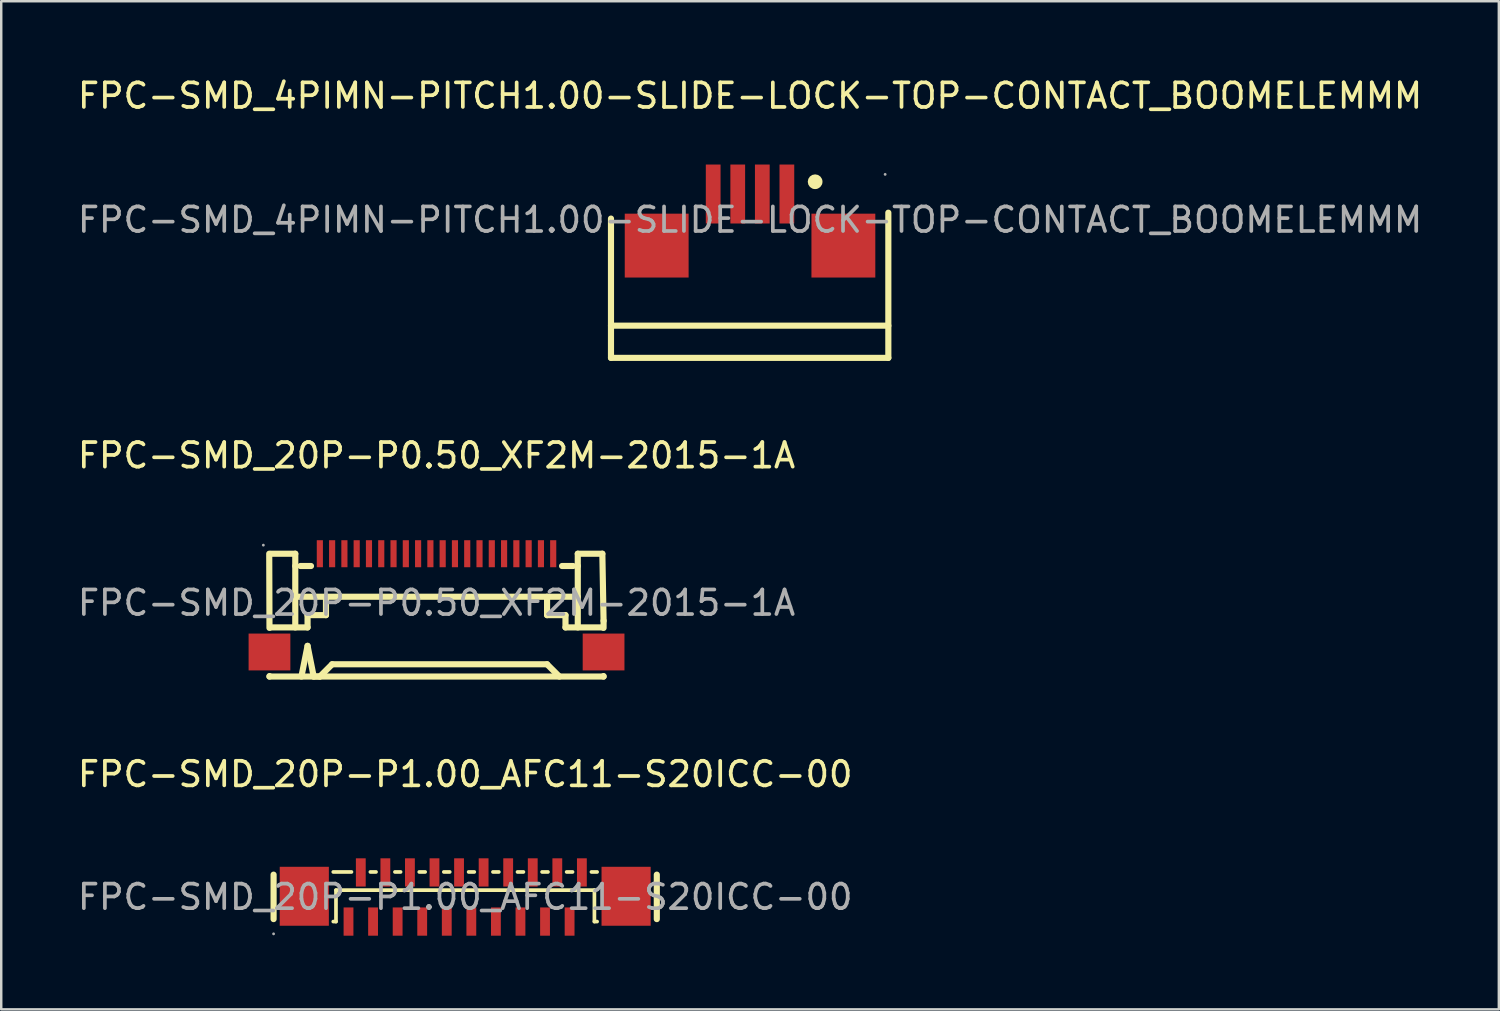
<source format=kicad_pcb>
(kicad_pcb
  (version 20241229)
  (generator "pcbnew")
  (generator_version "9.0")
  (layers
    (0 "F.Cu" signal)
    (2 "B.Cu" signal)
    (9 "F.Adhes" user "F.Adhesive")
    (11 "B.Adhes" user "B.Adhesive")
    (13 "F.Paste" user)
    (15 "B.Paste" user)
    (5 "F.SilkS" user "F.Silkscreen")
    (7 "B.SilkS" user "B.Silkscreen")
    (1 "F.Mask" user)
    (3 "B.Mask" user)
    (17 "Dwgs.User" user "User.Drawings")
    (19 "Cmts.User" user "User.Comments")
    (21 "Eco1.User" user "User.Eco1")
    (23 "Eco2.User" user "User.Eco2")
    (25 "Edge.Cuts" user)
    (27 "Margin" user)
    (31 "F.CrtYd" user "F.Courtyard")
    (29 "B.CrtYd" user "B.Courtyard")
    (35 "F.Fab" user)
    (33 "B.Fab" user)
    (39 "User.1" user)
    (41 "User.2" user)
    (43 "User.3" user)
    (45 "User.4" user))
  (footprint "FPC-SMD_4PIMN-PITCH1.00-SLIDE-LOCK-TOP-CONTACT_BOOMELEMMM"
    (layer "F.Cu")
    (at 27.482 5.898)
    (property "Reference" "FPC-SMD_4PIMN-PITCH1.00-SLIDE-LOCK-TOP-CONTACT_BOOMELEMMM" (at 0 -5.05 0) (layer "F.SilkS") (effects (font (size 1 1) (thickness 0.15))))
    (attr through_hole)
    (fp_line (start -5.66 -0.05) (end -5.66 5.62) (stroke (width 0.25) (type solid)) (layer "F.SilkS"))
    (fp_line (start -5.66 4.31) (end 5.63 4.31) (stroke (width 0.25) (type solid)) (layer "F.SilkS"))
    (fp_line (start -5.66 5.62) (end 5.63 5.62) (stroke (width 0.25) (type solid)) (layer "F.SilkS"))
    (fp_line (start 5.63 5.62) (end 5.63 -0.29) (stroke (width 0.25) (type solid)) (layer "F.SilkS"))
    (fp_arc (start 2.65 -1.55) (mid 2.65 -1.55) (end 2.65 -1.55) (stroke (width 0.3) (type solid)) (layer "F.SilkS"))
    (fp_circle (center 5.5 -1.85) (end 5.53 -1.85) (stroke (width 0.06) (type solid)) (fill no) (layer "F.Fab"))
    (fp_text user "${REFERENCE}" (at 0 0 0) (layer "F.Fab") (effects (font (size 1 1) (thickness 0.15))))
    (pad "1" smd rect (at 1.5 -1.05) (size 0.6 2.4) (layers "F.Cu" "F.Mask" "F.Paste"))
    (pad "2" smd rect (at 0.5 -1.05) (size 0.6 2.4) (layers "F.Cu" "F.Mask" "F.Paste"))
    (pad "3" smd rect (at -0.5 -1.05) (size 0.6 2.4) (layers "F.Cu" "F.Mask" "F.Paste"))
    (pad "4" smd rect (at -1.5 -1.05) (size 0.6 2.4) (layers "F.Cu" "F.Mask" "F.Paste"))
    (pad "M1" smd rect (at 3.8 1.05) (size 2.6 2.6) (layers "F.Cu" "F.Mask" "F.Paste"))
    (pad "M2" smd rect (at -3.8 1.05) (size 2.6 2.6) (layers "F.Cu" "F.Mask" "F.Paste")))
  (footprint "FPC-SMD_20P-P0.50_XF2M-2015-1A"
    (layer "F.Cu")
    (at 14.72 21.491)
    (property "Reference" "FPC-SMD_20P-P0.50_XF2M-2015-1A" (at 0 -6 0) (layer "F.SilkS") (effects (font (size 1 1) (thickness 0.15))))
    (attr through_hole)
    (fp_line (start -6.81 -2) (end -6.8 1.02) (stroke (width 0.25) (type solid)) (layer "F.SilkS"))
    (fp_line (start -6.8 2.98) (end -6.8 3) (stroke (width 0.25) (type solid)) (layer "F.SilkS"))
    (fp_line (start -6.8 3) (end 6.8 3) (stroke (width 0.25) (type solid)) (layer "F.SilkS"))
    (fp_line (start -6.75 -2) (end -5.75 -2) (stroke (width 0.25) (type solid)) (layer "F.SilkS"))
    (fp_line (start -6.75 1) (end -5.25 1) (stroke (width 0.25) (type solid)) (layer "F.SilkS"))
    (fp_line (start -5.75 -2) (end -5.75 -1.5) (stroke (width 0.25) (type solid)) (layer "F.SilkS"))
    (fp_line (start -5.75 -1.5) (end -5.75 1) (stroke (width 0.25) (type solid)) (layer "F.SilkS"))
    (fp_line (start -5.75 -0.25) (end 5.75 -0.25) (stroke (width 0.25) (type solid)) (layer "F.SilkS"))
    (fp_line (start -5.54 -1.5) (end -5.11 -1.5) (stroke (width 0.25) (type solid)) (layer "F.SilkS"))
    (fp_line (start -5.5 3) (end -5.25 1.75) (stroke (width 0.25) (type solid)) (layer "F.SilkS"))
    (fp_line (start -5.25 0.5) (end -4.5 0.5) (stroke (width 0.25) (type solid)) (layer "F.SilkS"))
    (fp_line (start -5.25 1) (end -5.25 0.5) (stroke (width 0.25) (type solid)) (layer "F.SilkS"))
    (fp_line (start -5.25 1.75) (end -5 3) (stroke (width 0.25) (type solid)) (layer "F.SilkS"))
    (fp_line (start -5 3) (end -4.75 3) (stroke (width 0.25) (type solid)) (layer "F.SilkS"))
    (fp_line (start -4.75 3) (end -4.25 2.5) (stroke (width 0.25) (type solid)) (layer "F.SilkS"))
    (fp_line (start -4.5 0.5) (end -4.5 -0.25) (stroke (width 0.25) (type solid)) (layer "F.SilkS"))
    (fp_line (start -4.25 2.5) (end 4.5 2.5) (stroke (width 0.25) (type solid)) (layer "F.SilkS"))
    (fp_line (start 4.5 0.5) (end 4.5 -0.25) (stroke (width 0.25) (type solid)) (layer "F.SilkS"))
    (fp_line (start 4.5 2.5) (end 5 3) (stroke (width 0.25) (type solid)) (layer "F.SilkS"))
    (fp_line (start 5.11 -1.5) (end 5.56 -1.5) (stroke (width 0.25) (type solid)) (layer "F.SilkS"))
    (fp_line (start 5.25 0.5) (end 4.5 0.5) (stroke (width 0.25) (type solid)) (layer "F.SilkS"))
    (fp_line (start 5.25 1) (end 5.25 0.5) (stroke (width 0.25) (type solid)) (layer "F.SilkS"))
    (fp_line (start 5.75 -2) (end 6.75 -2) (stroke (width 0.25) (type solid)) (layer "F.SilkS"))
    (fp_line (start 5.75 -1.5) (end 5.75 -2) (stroke (width 0.25) (type solid)) (layer "F.SilkS"))
    (fp_line (start 5.75 -1.5) (end 5.75 1) (stroke (width 0.25) (type solid)) (layer "F.SilkS"))
    (fp_line (start 6.75 1) (end 5.25 1) (stroke (width 0.25) (type solid)) (layer "F.SilkS"))
    (fp_line (start 6.8 0.73) (end 6.75 -2) (stroke (width 0.25) (type solid)) (layer "F.SilkS"))
    (fp_line (start 6.8 1.02) (end 6.8 0.73) (stroke (width 0.25) (type solid)) (layer "F.SilkS"))
    (fp_line (start 6.8 3) (end 6.8 2.98) (stroke (width 0.25) (type solid)) (layer "F.SilkS"))
    (fp_circle (center -7.05 -2.35) (end -7.02 -2.35) (stroke (width 0.06) (type solid)) (fill no) (layer "F.Fab"))
    (fp_text user "${REFERENCE}" (at 0 0 0) (layer "F.Fab") (effects (font (size 1 1) (thickness 0.15))))
    (pad "1" smd rect (at -4.75 -2) (size 0.25 1.1) (layers "F.Cu" "F.Mask" "F.Paste"))
    (pad "2" smd rect (at -4.25 -2) (size 0.25 1.1) (layers "F.Cu" "F.Mask" "F.Paste"))
    (pad "3" smd rect (at -3.75 -2) (size 0.25 1.1) (layers "F.Cu" "F.Mask" "F.Paste"))
    (pad "4" smd rect (at -3.25 -2) (size 0.25 1.1) (layers "F.Cu" "F.Mask" "F.Paste"))
    (pad "5" smd rect (at -2.75 -2) (size 0.25 1.1) (layers "F.Cu" "F.Mask" "F.Paste"))
    (pad "6" smd rect (at -2.25 -2) (size 0.25 1.1) (layers "F.Cu" "F.Mask" "F.Paste"))
    (pad "7" smd rect (at -1.75 -2) (size 0.25 1.1) (layers "F.Cu" "F.Mask" "F.Paste"))
    (pad "8" smd rect (at -1.25 -2) (size 0.25 1.1) (layers "F.Cu" "F.Mask" "F.Paste"))
    (pad "9" smd rect (at -0.75 -2) (size 0.25 1.1) (layers "F.Cu" "F.Mask" "F.Paste"))
    (pad "10" smd rect (at -0.25 -2) (size 0.25 1.1) (layers "F.Cu" "F.Mask" "F.Paste"))
    (pad "11" smd rect (at 0.25 -2) (size 0.25 1.1) (layers "F.Cu" "F.Mask" "F.Paste"))
    (pad "12" smd rect (at 0.75 -2) (size 0.25 1.1) (layers "F.Cu" "F.Mask" "F.Paste"))
    (pad "13" smd rect (at 1.25 -2) (size 0.25 1.1) (layers "F.Cu" "F.Mask" "F.Paste"))
    (pad "14" smd rect (at 1.75 -2) (size 0.25 1.1) (layers "F.Cu" "F.Mask" "F.Paste"))
    (pad "15" smd rect (at 2.25 -2) (size 0.25 1.1) (layers "F.Cu" "F.Mask" "F.Paste"))
    (pad "16" smd rect (at 2.75 -2) (size 0.25 1.1) (layers "F.Cu" "F.Mask" "F.Paste"))
    (pad "17" smd rect (at 3.25 -2) (size 0.25 1.1) (layers "F.Cu" "F.Mask" "F.Paste"))
    (pad "18" smd rect (at 3.75 -2) (size 0.25 1.1) (layers "F.Cu" "F.Mask" "F.Paste"))
    (pad "19" smd rect (at 4.25 -2) (size 0.25 1.1) (layers "F.Cu" "F.Mask" "F.Paste"))
    (pad "20" smd rect (at 4.75 -2) (size 0.25 1.1) (layers "F.Cu" "F.Mask" "F.Paste"))
    (pad "21" smd rect (at 6.8 2 90) (size 1.5 1.7) (layers "F.Cu" "F.Mask" "F.Paste"))
    (pad "22" smd rect (at -6.8 2 90) (size 1.5 1.7) (layers "F.Cu" "F.Mask" "F.Paste")))
  (footprint "FPC-SMD_20P-P1.00_AFC11-S20ICC-00"
    (layer "F.Cu")
    (at 15.887 33.465)
    (property "Reference" "FPC-SMD_20P-P1.00_AFC11-S20ICC-00" (at 0 -5 0) (layer "F.SilkS") (effects (font (size 1 1) (thickness 0.15))))
    (attr through_hole)
    (fp_line (start -7.8 -0.91) (end -7.8 0.9) (stroke (width 0.25) (type solid)) (layer "F.SilkS"))
    (fp_line (start -5.37 -1.02) (end -4.63 -1.02) (stroke (width 0.15) (type solid)) (layer "F.SilkS"))
    (fp_line (start -5.26 -0.28) (end -5.26 1) (stroke (width 0.15) (type solid)) (layer "F.SilkS"))
    (fp_line (start -5.26 -0.28) (end 5.26 -0.28) (stroke (width 0.15) (type solid)) (layer "F.SilkS"))
    (fp_line (start -5.26 1) (end -5.37 1) (stroke (width 0.15) (type solid)) (layer "F.SilkS"))
    (fp_line (start -3.86 -1.02) (end -3.63 -1.02) (stroke (width 0.15) (type solid)) (layer "F.SilkS"))
    (fp_line (start -2.86 -1.02) (end -2.63 -1.02) (stroke (width 0.15) (type solid)) (layer "F.SilkS"))
    (fp_line (start -1.87 -1.02) (end -1.63 -1.02) (stroke (width 0.15) (type solid)) (layer "F.SilkS"))
    (fp_line (start -0.87 -1.02) (end -0.63 -1.02) (stroke (width 0.15) (type solid)) (layer "F.SilkS"))
    (fp_line (start 0.14 -1.02) (end 0.37 -1.02) (stroke (width 0.15) (type solid)) (layer "F.SilkS"))
    (fp_line (start 1.13 -1.02) (end 1.37 -1.02) (stroke (width 0.15) (type solid)) (layer "F.SilkS"))
    (fp_line (start 2.13 -1.02) (end 2.37 -1.02) (stroke (width 0.15) (type solid)) (layer "F.SilkS"))
    (fp_line (start 3.13 -1.02) (end 3.37 -1.02) (stroke (width 0.15) (type solid)) (layer "F.SilkS"))
    (fp_line (start 4.13 -1.02) (end 4.37 -1.02) (stroke (width 0.15) (type solid)) (layer "F.SilkS"))
    (fp_line (start 5.14 -1.02) (end 5.37 -1.02) (stroke (width 0.15) (type solid)) (layer "F.SilkS"))
    (fp_line (start 5.26 -0.28) (end 5.26 1) (stroke (width 0.15) (type solid)) (layer "F.SilkS"))
    (fp_line (start 5.26 1) (end 5.37 1) (stroke (width 0.15) (type solid)) (layer "F.SilkS"))
    (fp_line (start 7.8 0.9) (end 7.8 -0.91) (stroke (width 0.25) (type solid)) (layer "F.SilkS"))
    (fp_circle (center -7.8 1.5) (end -7.77 1.5) (stroke (width 0.06) (type solid)) (fill no) (layer "F.Fab"))
    (fp_text user "${REFERENCE}" (at 0 0 0) (layer "F.Fab") (effects (font (size 1 1) (thickness 0.15))))
    (pad "1" smd rect (at -4.75 1) (size 0.4 1.15) (layers "F.Cu" "F.Mask" "F.Paste"))
    (pad "2" smd rect (at -4.25 -1) (size 0.4 1.15) (layers "F.Cu" "F.Mask" "F.Paste"))
    (pad "3" smd rect (at -3.75 1) (size 0.4 1.15) (layers "F.Cu" "F.Mask" "F.Paste"))
    (pad "4" smd rect (at -3.25 -1) (size 0.4 1.15) (layers "F.Cu" "F.Mask" "F.Paste"))
    (pad "5" smd rect (at -2.75 1) (size 0.4 1.15) (layers "F.Cu" "F.Mask" "F.Paste"))
    (pad "6" smd rect (at -2.25 -1) (size 0.4 1.15) (layers "F.Cu" "F.Mask" "F.Paste"))
    (pad "7" smd rect (at -1.75 1) (size 0.4 1.15) (layers "F.Cu" "F.Mask" "F.Paste"))
    (pad "8" smd rect (at -1.25 -1) (size 0.4 1.15) (layers "F.Cu" "F.Mask" "F.Paste"))
    (pad "9" smd rect (at -0.75 1) (size 0.4 1.15) (layers "F.Cu" "F.Mask" "F.Paste"))
    (pad "10" smd rect (at -0.25 -1) (size 0.4 1.15) (layers "F.Cu" "F.Mask" "F.Paste"))
    (pad "11" smd rect (at 0.25 1) (size 0.4 1.15) (layers "F.Cu" "F.Mask" "F.Paste"))
    (pad "12" smd rect (at 0.75 -1) (size 0.4 1.15) (layers "F.Cu" "F.Mask" "F.Paste"))
    (pad "13" smd rect (at 1.25 1) (size 0.4 1.15) (layers "F.Cu" "F.Mask" "F.Paste"))
    (pad "14" smd rect (at 1.75 -1) (size 0.4 1.15) (layers "F.Cu" "F.Mask" "F.Paste"))
    (pad "15" smd rect (at 2.25 1) (size 0.4 1.15) (layers "F.Cu" "F.Mask" "F.Paste"))
    (pad "16" smd rect (at 2.75 -1) (size 0.4 1.15) (layers "F.Cu" "F.Mask" "F.Paste"))
    (pad "17" smd rect (at 3.25 1) (size 0.4 1.15) (layers "F.Cu" "F.Mask" "F.Paste"))
    (pad "18" smd rect (at 3.75 -1) (size 0.4 1.15) (layers "F.Cu" "F.Mask" "F.Paste"))
    (pad "19" smd rect (at 4.25 1) (size 0.4 1.15) (layers "F.Cu" "F.Mask" "F.Paste"))
    (pad "20" smd rect (at 4.75 -1) (size 0.4 1.15) (layers "F.Cu" "F.Mask" "F.Paste"))
    (pad "21" smd rect (at -6.55 -0.03) (size 2 2.4) (layers "F.Cu" "F.Mask" "F.Paste"))
    (pad "22" smd rect (at 6.55 -0.03) (size 2 2.4) (layers "F.Cu" "F.Mask" "F.Paste")))
  (gr_rect
    (start -3 -3)
    (end 57.964 38.04)
    (stroke (width 0.1) (type default))
    (fill no)
    (layer "Edge.Cuts")))
</source>
